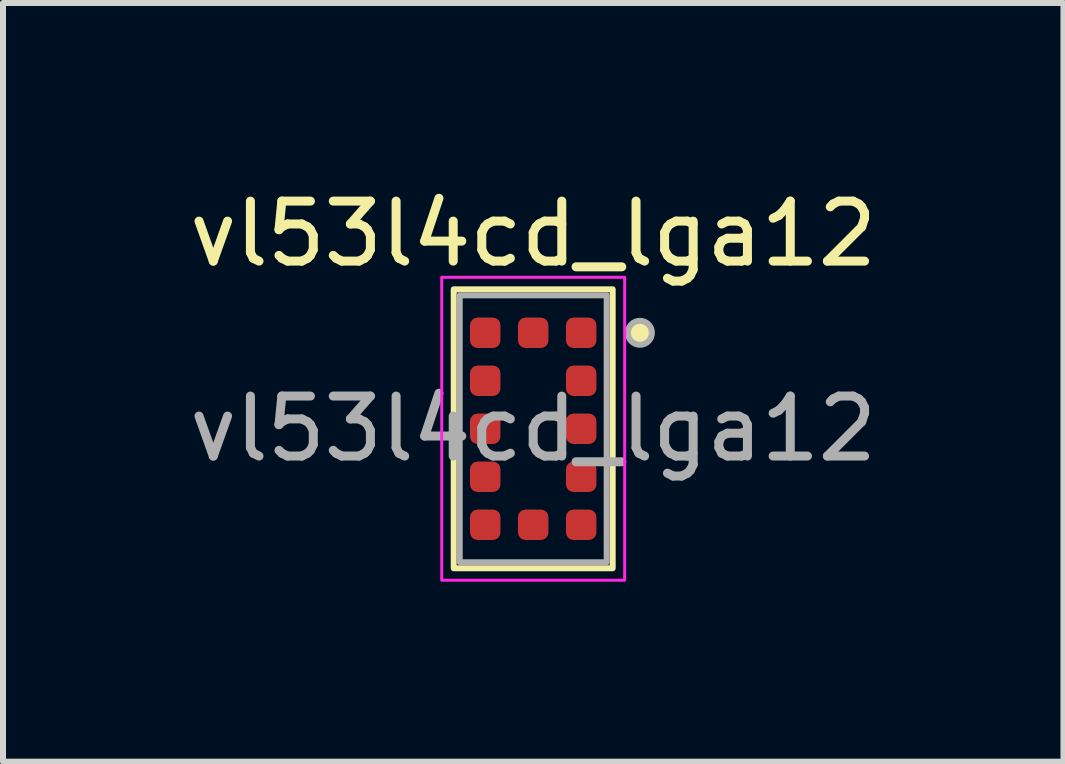
<source format=kicad_pcb>
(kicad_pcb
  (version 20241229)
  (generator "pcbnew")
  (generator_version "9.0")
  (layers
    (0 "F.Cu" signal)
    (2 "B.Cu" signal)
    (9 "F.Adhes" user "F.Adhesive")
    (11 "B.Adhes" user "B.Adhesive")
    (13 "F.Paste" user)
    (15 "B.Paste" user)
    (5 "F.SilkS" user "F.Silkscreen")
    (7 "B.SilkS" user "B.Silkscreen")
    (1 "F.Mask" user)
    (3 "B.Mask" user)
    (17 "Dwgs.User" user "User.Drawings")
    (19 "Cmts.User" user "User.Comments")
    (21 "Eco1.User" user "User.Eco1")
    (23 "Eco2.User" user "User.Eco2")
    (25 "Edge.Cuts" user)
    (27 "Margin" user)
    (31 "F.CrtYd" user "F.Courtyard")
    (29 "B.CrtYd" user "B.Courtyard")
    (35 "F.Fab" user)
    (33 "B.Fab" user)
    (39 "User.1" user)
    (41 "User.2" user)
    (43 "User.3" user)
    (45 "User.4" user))
  (footprint "vl53l4cd_lga12"
    (layer "F.Cu")
    (at 5.839 4.098)
    (property "Reference" "vl53l4cd_lga12" (at 0 -3.25 0) (unlocked yes) (layer "F.SilkS") (effects (font (size 1 1) (thickness 0.15))))
    (attr smd)
    (fp_rect (start -1.325 -2.325) (end 1.325 2.325) (stroke (width 0.1) (type default)) (fill no) (layer "F.SilkS"))
    (fp_circle (center 1.779 -1.6) (end 1.979 -1.6) (stroke (width 0) (type solid)) (fill yes) (layer "F.SilkS"))
    (fp_rect (start -1.525 -2.525) (end 1.525 2.525) (stroke (width 0.05) (type default)) (fill no) (layer "F.CrtYd"))
    (fp_rect (start -1.225 -2.225) (end 1.225 2.225) (stroke (width 0.1) (type default)) (fill no) (layer "F.Fab"))
    (fp_circle (center 1.779 -1.6) (end 1.979 -1.6) (stroke (width 0.1) (type solid)) (fill no) (layer "F.Fab"))
    (fp_text user "${REFERENCE}" (at 0 0 0) (unlocked yes) (layer "F.Fab") (effects (font (size 1 1) (thickness 0.15))))
    (pad "1" smd roundrect (at 0.8 -1.6) (size 0.508 0.508) (layers "F.Cu" "F.Mask" "F.Paste") (roundrect_rratio 0.25))
    (pad "2" smd roundrect (at 0.8 -0.8) (size 0.508 0.508) (layers "F.Cu" "F.Mask" "F.Paste") (roundrect_rratio 0.25))
    (pad "3" smd roundrect (at 0.8 0) (size 0.508 0.508) (layers "F.Cu" "F.Mask" "F.Paste") (roundrect_rratio 0.25))
    (pad "4" smd roundrect (at 0.8 0.8) (size 0.508 0.508) (layers "F.Cu" "F.Mask" "F.Paste") (roundrect_rratio 0.25))
    (pad "5" smd roundrect (at 0.8 1.6) (size 0.508 0.508) (layers "F.Cu" "F.Mask" "F.Paste") (roundrect_rratio 0.25))
    (pad "6" smd roundrect (at 0 1.6) (size 0.508 0.508) (layers "F.Cu" "F.Mask" "F.Paste") (roundrect_rratio 0.25))
    (pad "7" smd roundrect (at -0.8 1.6) (size 0.508 0.508) (layers "F.Cu" "F.Mask" "F.Paste") (roundrect_rratio 0.25))
    (pad "8" smd roundrect (at -0.8 0.8) (size 0.508 0.508) (layers "F.Cu" "F.Mask" "F.Paste") (roundrect_rratio 0.25))
    (pad "9" smd roundrect (at -0.8 0) (size 0.508 0.508) (layers "F.Cu" "F.Mask" "F.Paste") (roundrect_rratio 0.25))
    (pad "10" smd roundrect (at -0.8 -0.8) (size 0.508 0.508) (layers "F.Cu" "F.Mask" "F.Paste") (roundrect_rratio 0.25))
    (pad "11" smd roundrect (at -0.8 -1.6) (size 0.508 0.508) (layers "F.Cu" "F.Mask" "F.Paste") (roundrect_rratio 0.25))
    (pad "12" smd roundrect (at 0 -1.6) (size 0.508 0.508) (layers "F.Cu" "F.Mask" "F.Paste") (roundrect_rratio 0.25)))
  (gr_rect
    (start -3 -3)
    (end 14.679 9.648)
    (stroke (width 0.1) (type default))
    (fill no)
    (layer "Edge.Cuts")))
</source>
